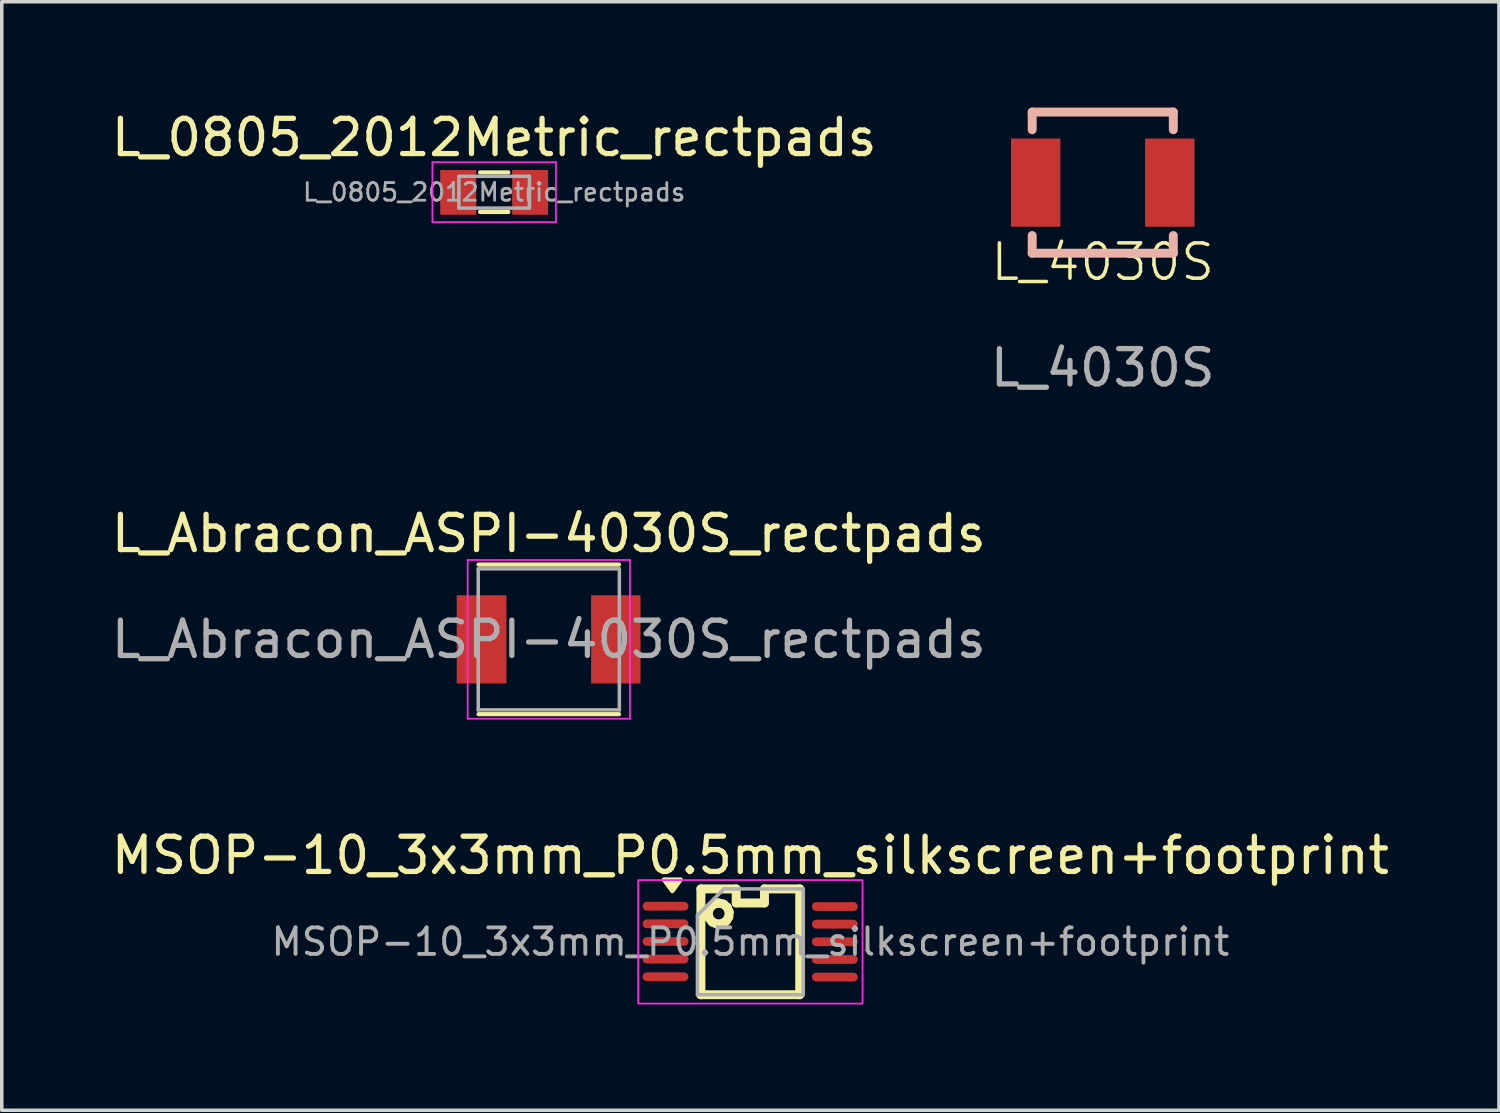
<source format=kicad_pcb>
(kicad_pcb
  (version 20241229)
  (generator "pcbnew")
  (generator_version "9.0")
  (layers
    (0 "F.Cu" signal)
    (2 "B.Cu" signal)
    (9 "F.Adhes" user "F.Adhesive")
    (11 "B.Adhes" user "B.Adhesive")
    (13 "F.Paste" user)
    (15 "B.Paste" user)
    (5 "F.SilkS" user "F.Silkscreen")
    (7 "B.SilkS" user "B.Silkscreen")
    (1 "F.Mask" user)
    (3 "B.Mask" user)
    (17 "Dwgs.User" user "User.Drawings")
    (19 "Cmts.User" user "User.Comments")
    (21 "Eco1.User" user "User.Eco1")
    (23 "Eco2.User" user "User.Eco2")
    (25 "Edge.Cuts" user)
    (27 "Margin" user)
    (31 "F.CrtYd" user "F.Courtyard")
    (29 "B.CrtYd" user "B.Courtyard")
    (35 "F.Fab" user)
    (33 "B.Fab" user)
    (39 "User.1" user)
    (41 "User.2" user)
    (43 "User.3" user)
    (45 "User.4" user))
  (footprint "L_0805_2012Metric_rectpads"
    (layer "F.Cu")
    (at 10.958 2.398)
    (property "Reference" "L_0805_2012Metric_rectpads" (at 0 -1.55 0) (layer "F.SilkS") (effects (font (size 1 1) (thickness 0.15))))
    (attr smd)
    (fp_line (start -0.4 -0.56) (end 0.4 -0.56) (stroke (width 0.12) (type solid)) (layer "F.SilkS"))
    (fp_line (start -0.4 0.56) (end 0.4 0.56) (stroke (width 0.12) (type solid)) (layer "F.SilkS"))
    (fp_line (start -1.75 -0.85) (end 1.75 -0.85) (stroke (width 0.05) (type solid)) (layer "F.CrtYd"))
    (fp_line (start -1.75 0.85) (end -1.75 -0.85) (stroke (width 0.05) (type solid)) (layer "F.CrtYd"))
    (fp_line (start 1.75 -0.85) (end 1.75 0.85) (stroke (width 0.05) (type solid)) (layer "F.CrtYd"))
    (fp_line (start 1.75 0.85) (end -1.75 0.85) (stroke (width 0.05) (type solid)) (layer "F.CrtYd"))
    (fp_line (start -1 -0.45) (end 1 -0.45) (stroke (width 0.1) (type solid)) (layer "F.Fab"))
    (fp_line (start -1 0.45) (end -1 -0.45) (stroke (width 0.1) (type solid)) (layer "F.Fab"))
    (fp_line (start 1 -0.45) (end 1 0.45) (stroke (width 0.1) (type solid)) (layer "F.Fab"))
    (fp_line (start 1 0.45) (end -1 0.45) (stroke (width 0.1) (type solid)) (layer "F.Fab"))
    (fp_text user "${REFERENCE}" (at 0 0 0) (layer "F.Fab") (effects (font (size 0.5 0.5) (thickness 0.08))))
    (pad "1" smd rect (at -1.02 0.005) (size 1.02 1.27) (layers "F.Cu" "F.Mask" "F.Paste"))
    (pad "2" smd rect (at 1.02 0.005) (size 1.02 1.27) (layers "F.Cu" "F.Mask" "F.Paste")))
  (footprint "L_4030S"
    (layer "F.Cu")
    (at 28.208 4.877)
    (property "Reference" "L_4030S" (at 0 -0.5 0) (unlocked yes) (layer "F.SilkS") (effects (font (size 1 1) (thickness 0.1))))
    (attr smd)
    (fp_line (start -1.999 -4.75) (end -1.999 -4.25) (stroke (width 0.254) (type solid)) (layer "B.SilkS"))
    (fp_line (start -1.999 -1.25) (end -1.999 -0.75) (stroke (width 0.254) (type solid)) (layer "B.SilkS"))
    (fp_line (start -1.999 -0.75) (end 2.001 -0.75) (stroke (width 0.254) (type solid)) (layer "B.SilkS"))
    (fp_line (start 2.001 -4.75) (end -1.999 -4.75) (stroke (width 0.254) (type solid)) (layer "B.SilkS"))
    (fp_line (start 2.001 -4.25) (end 2.001 -4.75) (stroke (width 0.254) (type solid)) (layer "B.SilkS"))
    (fp_line (start 2.001 -0.75) (end 2.001 -1.25) (stroke (width 0.254) (type solid)) (layer "B.SilkS"))
    (fp_text user "${REFERENCE}" (at 0 2.5 0) (unlocked yes) (layer "F.Fab") (effects (font (size 1 1) (thickness 0.15))))
    (pad "1" smd rect (at -1.9 -2.75) (size 1.4 2.5) (layers "F.Cu" "F.Mask" "F.Paste"))
    (pad "2" smd rect (at 1.901 -2.75) (size 1.402 2.5) (layers "F.Cu" "F.Mask" "F.Paste")))
  (footprint "MSOP-10_3x3mm_P0.5mm_silkscreen+footprint"
    (layer "F.Cu")
    (at 18.22 23.647)
    (property "Reference" "MSOP-10_3x3mm_P0.5mm_silkscreen+footprint" (at 0 -2.45 180) (layer "F.SilkS") (effects (font (size 1 1) (thickness 0.15))))
    (attr smd)
    (fp_line (start -1.402 -1.5) (end -0.401 -1.5) (stroke (width 0.254) (type solid)) (layer "F.SilkS"))
    (fp_line (start -1.402 1.5) (end -1.402 -1.5) (stroke (width 0.254) (type solid)) (layer "F.SilkS"))
    (fp_line (start -1.196 -0.806) (end -1.16 -0.944) (stroke (width 0.254) (type solid)) (layer "F.SilkS"))
    (fp_line (start -1.165 -0.669) (end -1.196 -0.806) (stroke (width 0.254) (type solid)) (layer "F.SilkS"))
    (fp_line (start -1.16 -0.944) (end -1.066 -1.048) (stroke (width 0.254) (type solid)) (layer "F.SilkS"))
    (fp_line (start -1.077 -0.56) (end -1.165 -0.669) (stroke (width 0.254) (type solid)) (layer "F.SilkS"))
    (fp_line (start -1.066 -1.048) (end -0.934 -1.099) (stroke (width 0.254) (type solid)) (layer "F.SilkS"))
    (fp_line (start -0.947 -0.504) (end -1.077 -0.56) (stroke (width 0.254) (type solid)) (layer "F.SilkS"))
    (fp_line (start -0.934 -1.099) (end -0.896 -1.101) (stroke (width 0.254) (type solid)) (layer "F.SilkS"))
    (fp_line (start -0.896 -1.101) (end -0.759 -1.068) (stroke (width 0.254) (type solid)) (layer "F.SilkS"))
    (fp_line (start -0.807 -0.514) (end -0.947 -0.504) (stroke (width 0.254) (type solid)) (layer "F.SilkS"))
    (fp_line (start -0.759 -1.068) (end -0.652 -0.974) (stroke (width 0.254) (type solid)) (layer "F.SilkS"))
    (fp_line (start -0.685 -0.585) (end -0.807 -0.514) (stroke (width 0.254) (type solid)) (layer "F.SilkS"))
    (fp_line (start -0.652 -0.974) (end -0.599 -0.845) (stroke (width 0.254) (type solid)) (layer "F.SilkS"))
    (fp_line (start -0.612 -0.705) (end -0.685 -0.585) (stroke (width 0.254) (type solid)) (layer "F.SilkS"))
    (fp_line (start -0.599 -0.845) (end -0.612 -0.705) (stroke (width 0.254) (type solid)) (layer "F.SilkS"))
    (fp_line (start -0.401 -1.5) (end -0.401 -1.101) (stroke (width 0.254) (type solid)) (layer "F.SilkS"))
    (fp_line (start -0.401 -1.101) (end 0.399 -1.101) (stroke (width 0.254) (type solid)) (layer "F.SilkS"))
    (fp_line (start 0.399 -1.5) (end 1.4 -1.5) (stroke (width 0.254) (type solid)) (layer "F.SilkS"))
    (fp_line (start 0.399 -1.101) (end 0.399 -1.5) (stroke (width 0.254) (type solid)) (layer "F.SilkS"))
    (fp_line (start 1.4 -1.5) (end 1.4 1.5) (stroke (width 0.254) (type solid)) (layer "F.SilkS"))
    (fp_line (start 1.4 1.5) (end -1.402 1.5) (stroke (width 0.254) (type solid)) (layer "F.SilkS"))
    (fp_poly (pts (xy -2.212 -1.435) (xy -2.453 -1.765) (xy -1.972 -1.765)) (stroke (width 0.12) (type solid)) (fill yes) (layer "F.SilkS"))
    (fp_rect (start -3.18 -1.75) (end 3.18 1.75) (stroke (width 0.05) (type solid)) (fill no) (layer "F.CrtYd"))
    (fp_line (start -1.5 -0.75) (end -0.75 -1.5) (stroke (width 0.1) (type solid)) (layer "F.Fab"))
    (fp_line (start -1.5 1.5) (end -1.5 -0.75) (stroke (width 0.1) (type solid)) (layer "F.Fab"))
    (fp_line (start -0.75 -1.5) (end 1.5 -1.5) (stroke (width 0.1) (type solid)) (layer "F.Fab"))
    (fp_line (start 1.5 -1.5) (end 1.5 1.5) (stroke (width 0.1) (type solid)) (layer "F.Fab"))
    (fp_line (start 1.5 1.5) (end -1.5 1.5) (stroke (width 0.1) (type solid)) (layer "F.Fab"))
    (fp_text user "${REFERENCE}" (at 0 0 180) (layer "F.Fab") (effects (font (size 0.75 0.75) (thickness 0.11))))
    (pad "1" smd oval (at -2.405 -1.01) (size 1.3 0.25) (layers "F.Cu" "F.Mask" "F.Paste"))
    (pad "2" smd oval (at -2.405 -0.51) (size 1.3 0.25) (layers "F.Cu" "F.Mask" "F.Paste"))
    (pad "3" smd oval (at -2.405 -0.01) (size 1.3 0.25) (layers "F.Cu" "F.Mask" "F.Paste"))
    (pad "4" smd oval (at -2.405 0.49) (size 1.3 0.25) (layers "F.Cu" "F.Mask" "F.Paste"))
    (pad "5" smd oval (at -2.405 0.99) (size 1.3 0.25) (layers "F.Cu" "F.Mask" "F.Paste"))
    (pad "6" smd oval (at 2.395 1) (size 1.3 0.25) (layers "F.Cu" "F.Mask" "F.Paste"))
    (pad "7" smd oval (at 2.395 0.5) (size 1.3 0.25) (layers "F.Cu" "F.Mask" "F.Paste"))
    (pad "8" smd oval (at 2.395 0) (size 1.3 0.25) (layers "F.Cu" "F.Mask" "F.Paste"))
    (pad "9" smd oval (at 2.395 -0.5) (size 1.3 0.25) (layers "F.Cu" "F.Mask" "F.Paste"))
    (pad "10" smd oval (at 2.395 -1) (size 1.3 0.25) (layers "F.Cu" "F.Mask" "F.Paste")))
  (footprint "L_Abracon_ASPI-4030S_rectpads"
    (layer "F.Cu")
    (at 12.506 15.074)
    (property "Reference" "L_Abracon_ASPI-4030S_rectpads" (at 0 -3 0) (layer "F.SilkS") (effects (font (size 1 1) (thickness 0.15))))
    (attr smd)
    (fp_line (start -1.99 -2.12) (end 1.99 -2.12) (stroke (width 0.12) (type solid)) (layer "F.SilkS"))
    (fp_line (start -1.99 2.12) (end 1.99 2.12) (stroke (width 0.12) (type solid)) (layer "F.SilkS"))
    (fp_line (start -2.3 -2.25) (end -2.3 2.25) (stroke (width 0.05) (type solid)) (layer "F.CrtYd"))
    (fp_line (start -2.3 2.25) (end 2.3 2.25) (stroke (width 0.05) (type solid)) (layer "F.CrtYd"))
    (fp_line (start 2.3 -2.25) (end -2.3 -2.25) (stroke (width 0.05) (type solid)) (layer "F.CrtYd"))
    (fp_line (start 2.3 2.25) (end 2.3 -2.25) (stroke (width 0.05) (type solid)) (layer "F.CrtYd"))
    (fp_line (start -2 -2) (end 2 -2) (stroke (width 0.1) (type solid)) (layer "F.Fab"))
    (fp_line (start -2 2) (end -2 -2) (stroke (width 0.1) (type solid)) (layer "F.Fab"))
    (fp_line (start 2 -2) (end 2 2) (stroke (width 0.1) (type solid)) (layer "F.Fab"))
    (fp_line (start 2 2) (end -2 2) (stroke (width 0.1) (type solid)) (layer "F.Fab"))
    (fp_text user "${REFERENCE}" (at 0 0 0) (layer "F.Fab") (effects (font (size 1 1) (thickness 0.15))))
    (pad "1" smd rect (at -1.905 0) (size 1.41 2.5) (layers "F.Cu" "F.Mask" "F.Paste"))
    (pad "2" smd rect (at 1.9 0) (size 1.4 2.5) (layers "F.Cu" "F.Mask" "F.Paste")))
  (gr_rect
    (start -3 -3)
    (end 39.44 28.422)
    (stroke (width 0.1) (type default))
    (fill no)
    (layer "Edge.Cuts")))
</source>
